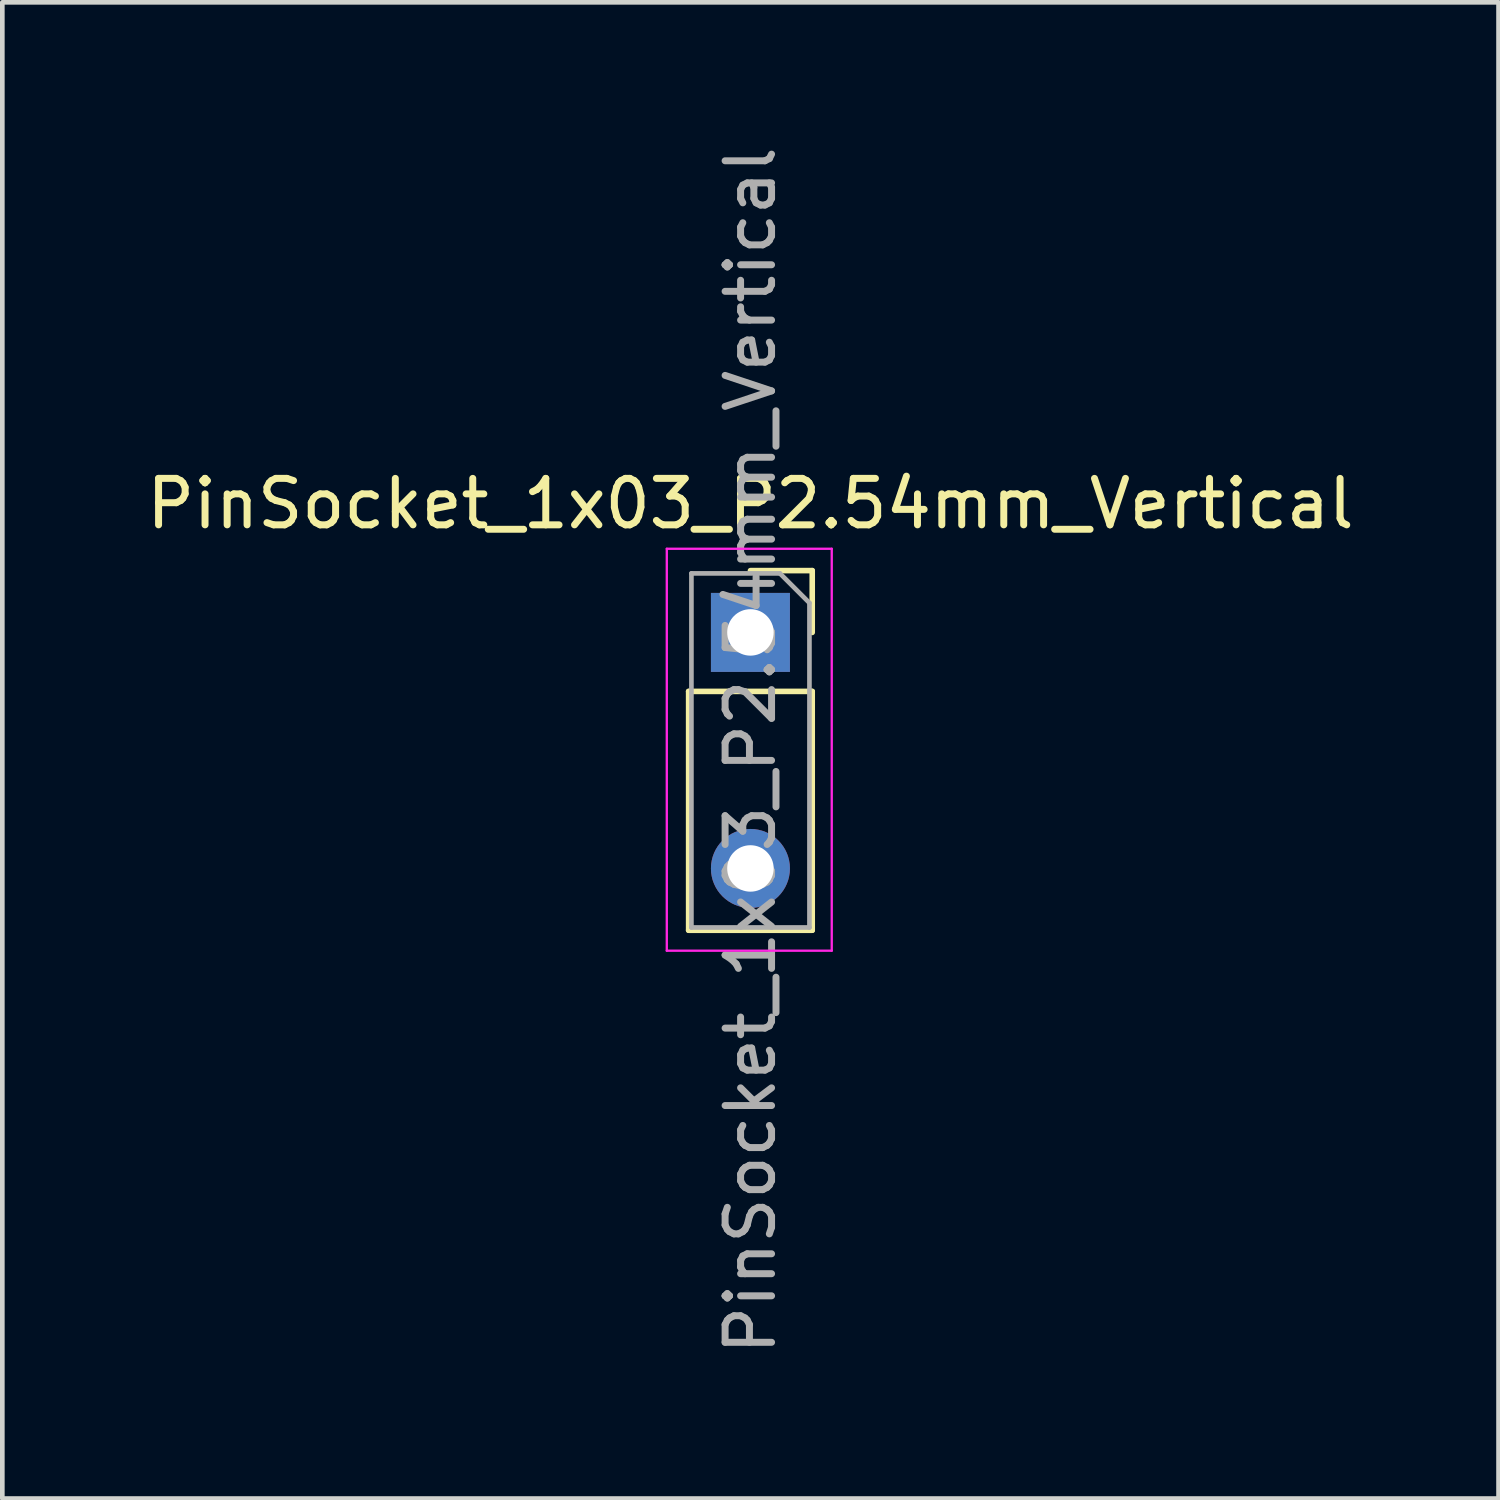
<source format=kicad_pcb>
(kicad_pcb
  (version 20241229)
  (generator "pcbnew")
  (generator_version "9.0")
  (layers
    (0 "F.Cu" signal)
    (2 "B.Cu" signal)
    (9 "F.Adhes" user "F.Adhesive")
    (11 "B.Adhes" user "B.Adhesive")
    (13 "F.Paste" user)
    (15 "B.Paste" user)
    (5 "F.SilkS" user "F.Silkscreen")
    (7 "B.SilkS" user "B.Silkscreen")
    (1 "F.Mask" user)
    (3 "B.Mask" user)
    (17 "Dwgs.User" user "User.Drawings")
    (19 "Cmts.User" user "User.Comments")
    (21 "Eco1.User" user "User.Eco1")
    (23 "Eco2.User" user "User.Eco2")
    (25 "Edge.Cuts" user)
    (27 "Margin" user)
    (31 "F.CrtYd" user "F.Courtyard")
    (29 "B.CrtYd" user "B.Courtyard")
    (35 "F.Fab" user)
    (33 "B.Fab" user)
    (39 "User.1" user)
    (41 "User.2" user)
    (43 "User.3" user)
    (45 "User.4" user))
  (footprint "PinSocket_1x03_P2.54mm_Vertical"
    (layer "F.Cu")
    (at 13.101 10.561)
    (property "Reference" "PinSocket_1x03_P2.54mm_Vertical" (at 0 -2.77 0) (layer "F.SilkS") (effects (font (size 1 1) (thickness 0.15))))
    (attr through_hole)
    (fp_line (start -1.33 1.27) (end -1.33 6.41) (stroke (width 0.12) (type solid)) (layer "F.SilkS"))
    (fp_line (start -1.33 1.27) (end 1.33 1.27) (stroke (width 0.12) (type solid)) (layer "F.SilkS"))
    (fp_line (start -1.33 6.41) (end 1.33 6.41) (stroke (width 0.12) (type solid)) (layer "F.SilkS"))
    (fp_line (start 0 -1.33) (end 1.33 -1.33) (stroke (width 0.12) (type solid)) (layer "F.SilkS"))
    (fp_line (start 1.33 -1.33) (end 1.33 0) (stroke (width 0.12) (type solid)) (layer "F.SilkS"))
    (fp_line (start 1.33 1.27) (end 1.33 6.41) (stroke (width 0.12) (type solid)) (layer "F.SilkS"))
    (fp_line (start -1.8 -1.8) (end 1.75 -1.8) (stroke (width 0.05) (type solid)) (layer "F.CrtYd"))
    (fp_line (start -1.8 6.85) (end -1.8 -1.8) (stroke (width 0.05) (type solid)) (layer "F.CrtYd"))
    (fp_line (start 1.75 -1.8) (end 1.75 6.85) (stroke (width 0.05) (type solid)) (layer "F.CrtYd"))
    (fp_line (start 1.75 6.85) (end -1.8 6.85) (stroke (width 0.05) (type solid)) (layer "F.CrtYd"))
    (fp_line (start -1.27 -1.27) (end 0.635 -1.27) (stroke (width 0.1) (type solid)) (layer "F.Fab"))
    (fp_line (start -1.27 6.35) (end -1.27 -1.27) (stroke (width 0.1) (type solid)) (layer "F.Fab"))
    (fp_line (start 0.635 -1.27) (end 1.27 -0.635) (stroke (width 0.1) (type solid)) (layer "F.Fab"))
    (fp_line (start 1.27 -0.635) (end 1.27 6.35) (stroke (width 0.1) (type solid)) (layer "F.Fab"))
    (fp_line (start 1.27 6.35) (end -1.27 6.35) (stroke (width 0.1) (type solid)) (layer "F.Fab"))
    (fp_text user "${REFERENCE}" (at 0 2.54 90) (layer "F.Fab") (effects (font (size 1 1) (thickness 0.15))))
    (pad "1" thru_hole rect (at 0 0) (size 1.7 1.7) (drill 1) (layers "*.Cu" "*.Mask"))
    (pad "2" thru_hole oval (at 0 5.08) (size 1.7 1.7) (drill 1) (layers "*.Cu" "*.Mask")))
  (gr_rect
    (start -3 -3)
    (end 29.202 29.202)
    (stroke (width 0.1) (type default))
    (fill no)
    (layer "Edge.Cuts")))
</source>
